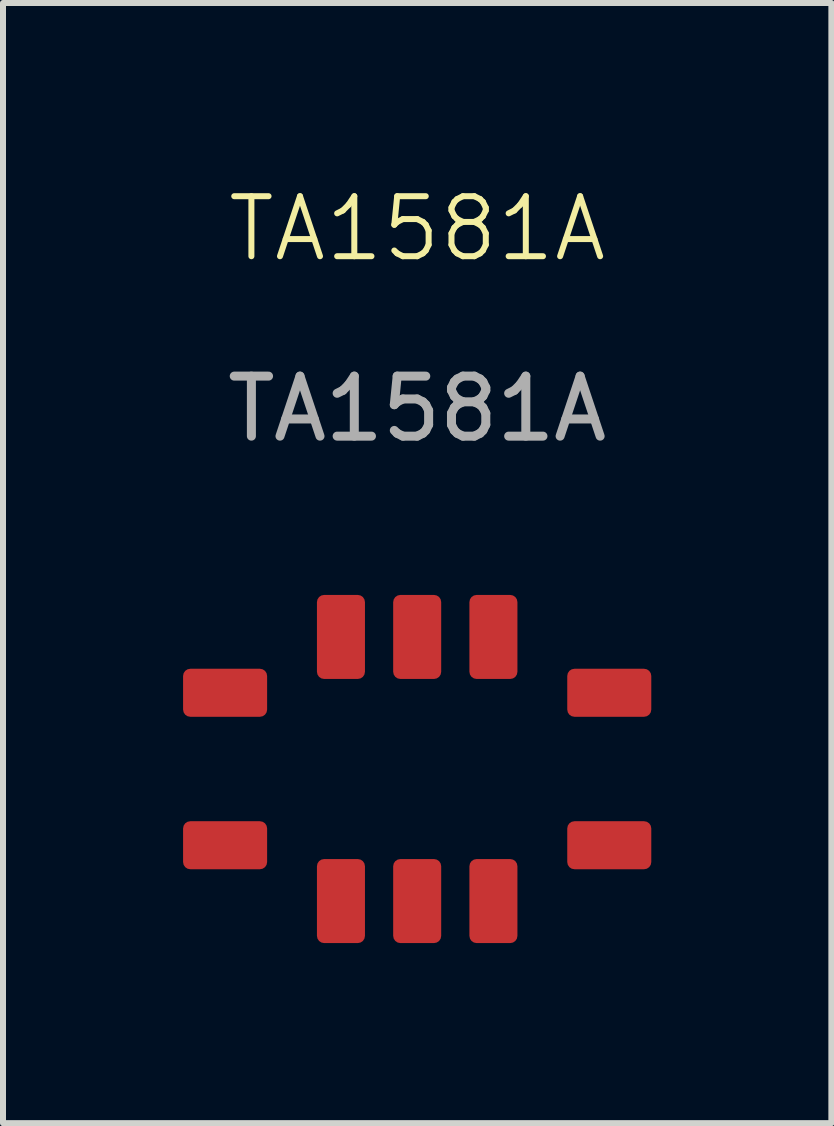
<source format=kicad_pcb>
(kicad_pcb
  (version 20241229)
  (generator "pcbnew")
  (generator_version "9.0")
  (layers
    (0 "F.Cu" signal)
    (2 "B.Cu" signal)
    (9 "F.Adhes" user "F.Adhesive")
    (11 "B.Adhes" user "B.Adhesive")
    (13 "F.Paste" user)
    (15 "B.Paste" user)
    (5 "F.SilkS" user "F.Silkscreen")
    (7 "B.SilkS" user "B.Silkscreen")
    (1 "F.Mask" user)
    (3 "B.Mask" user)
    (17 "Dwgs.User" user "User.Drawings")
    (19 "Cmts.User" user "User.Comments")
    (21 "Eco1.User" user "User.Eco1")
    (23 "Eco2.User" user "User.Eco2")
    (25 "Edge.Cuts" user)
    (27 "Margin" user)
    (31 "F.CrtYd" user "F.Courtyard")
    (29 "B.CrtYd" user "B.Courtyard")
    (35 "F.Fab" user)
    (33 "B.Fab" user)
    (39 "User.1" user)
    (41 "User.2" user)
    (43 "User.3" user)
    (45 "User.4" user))
  (footprint "TA1581A"
    (layer "F.Cu")
    (at 3.9 9.761)
    (property "Reference" "TA1581A" (at 0 -9 0) (unlocked yes) (layer "F.SilkS") (effects (font (size 1 1) (thickness 0.1))))
    (attr smd)
    (fp_text user "${REFERENCE}" (at 0 -6 0) (unlocked yes) (layer "F.Fab") (effects (font (size 1 1) (thickness 0.15))))
    (pad "1" smd roundrect (at -1.27 -2.2 90) (size 1.4 0.8) (layers "F.Cu" "F.Mask" "F.Paste") (roundrect_rratio 0.15))
    (pad "2" smd roundrect (at 0 -2.2 90) (size 1.4 0.8) (layers "F.Cu" "F.Mask" "F.Paste") (roundrect_rratio 0.15))
    (pad "3" smd roundrect (at 1.27 -2.2 90) (size 1.4 0.8) (layers "F.Cu" "F.Mask" "F.Paste") (roundrect_rratio 0.15))
    (pad "4" smd roundrect (at 3.2 -1.27 180) (size 1.4 0.8) (layers "F.Cu" "F.Mask" "F.Paste") (roundrect_rratio 0.15))
    (pad "5" smd roundrect (at 3.2 1.27 180) (size 1.4 0.8) (layers "F.Cu" "F.Mask" "F.Paste") (roundrect_rratio 0.15))
    (pad "6" smd roundrect (at 1.27 2.2 90) (size 1.4 0.8) (layers "F.Cu" "F.Mask" "F.Paste") (roundrect_rratio 0.15))
    (pad "7" smd roundrect (at 0 2.2 90) (size 1.4 0.8) (layers "F.Cu" "F.Mask" "F.Paste") (roundrect_rratio 0.15))
    (pad "8" smd roundrect (at -1.27 2.2 90) (size 1.4 0.8) (layers "F.Cu" "F.Mask" "F.Paste") (roundrect_rratio 0.15))
    (pad "9" smd roundrect (at -3.2 1.27 180) (size 1.4 0.8) (layers "F.Cu" "F.Mask" "F.Paste") (roundrect_rratio 0.15))
    (pad "10" smd roundrect (at -3.2 -1.27 180) (size 1.4 0.8) (layers "F.Cu" "F.Mask" "F.Paste") (roundrect_rratio 0.15)))
  (gr_rect
    (start -3 -3)
    (end 10.8 15.661)
    (stroke (width 0.1) (type default))
    (fill no)
    (layer "Edge.Cuts")))
</source>
